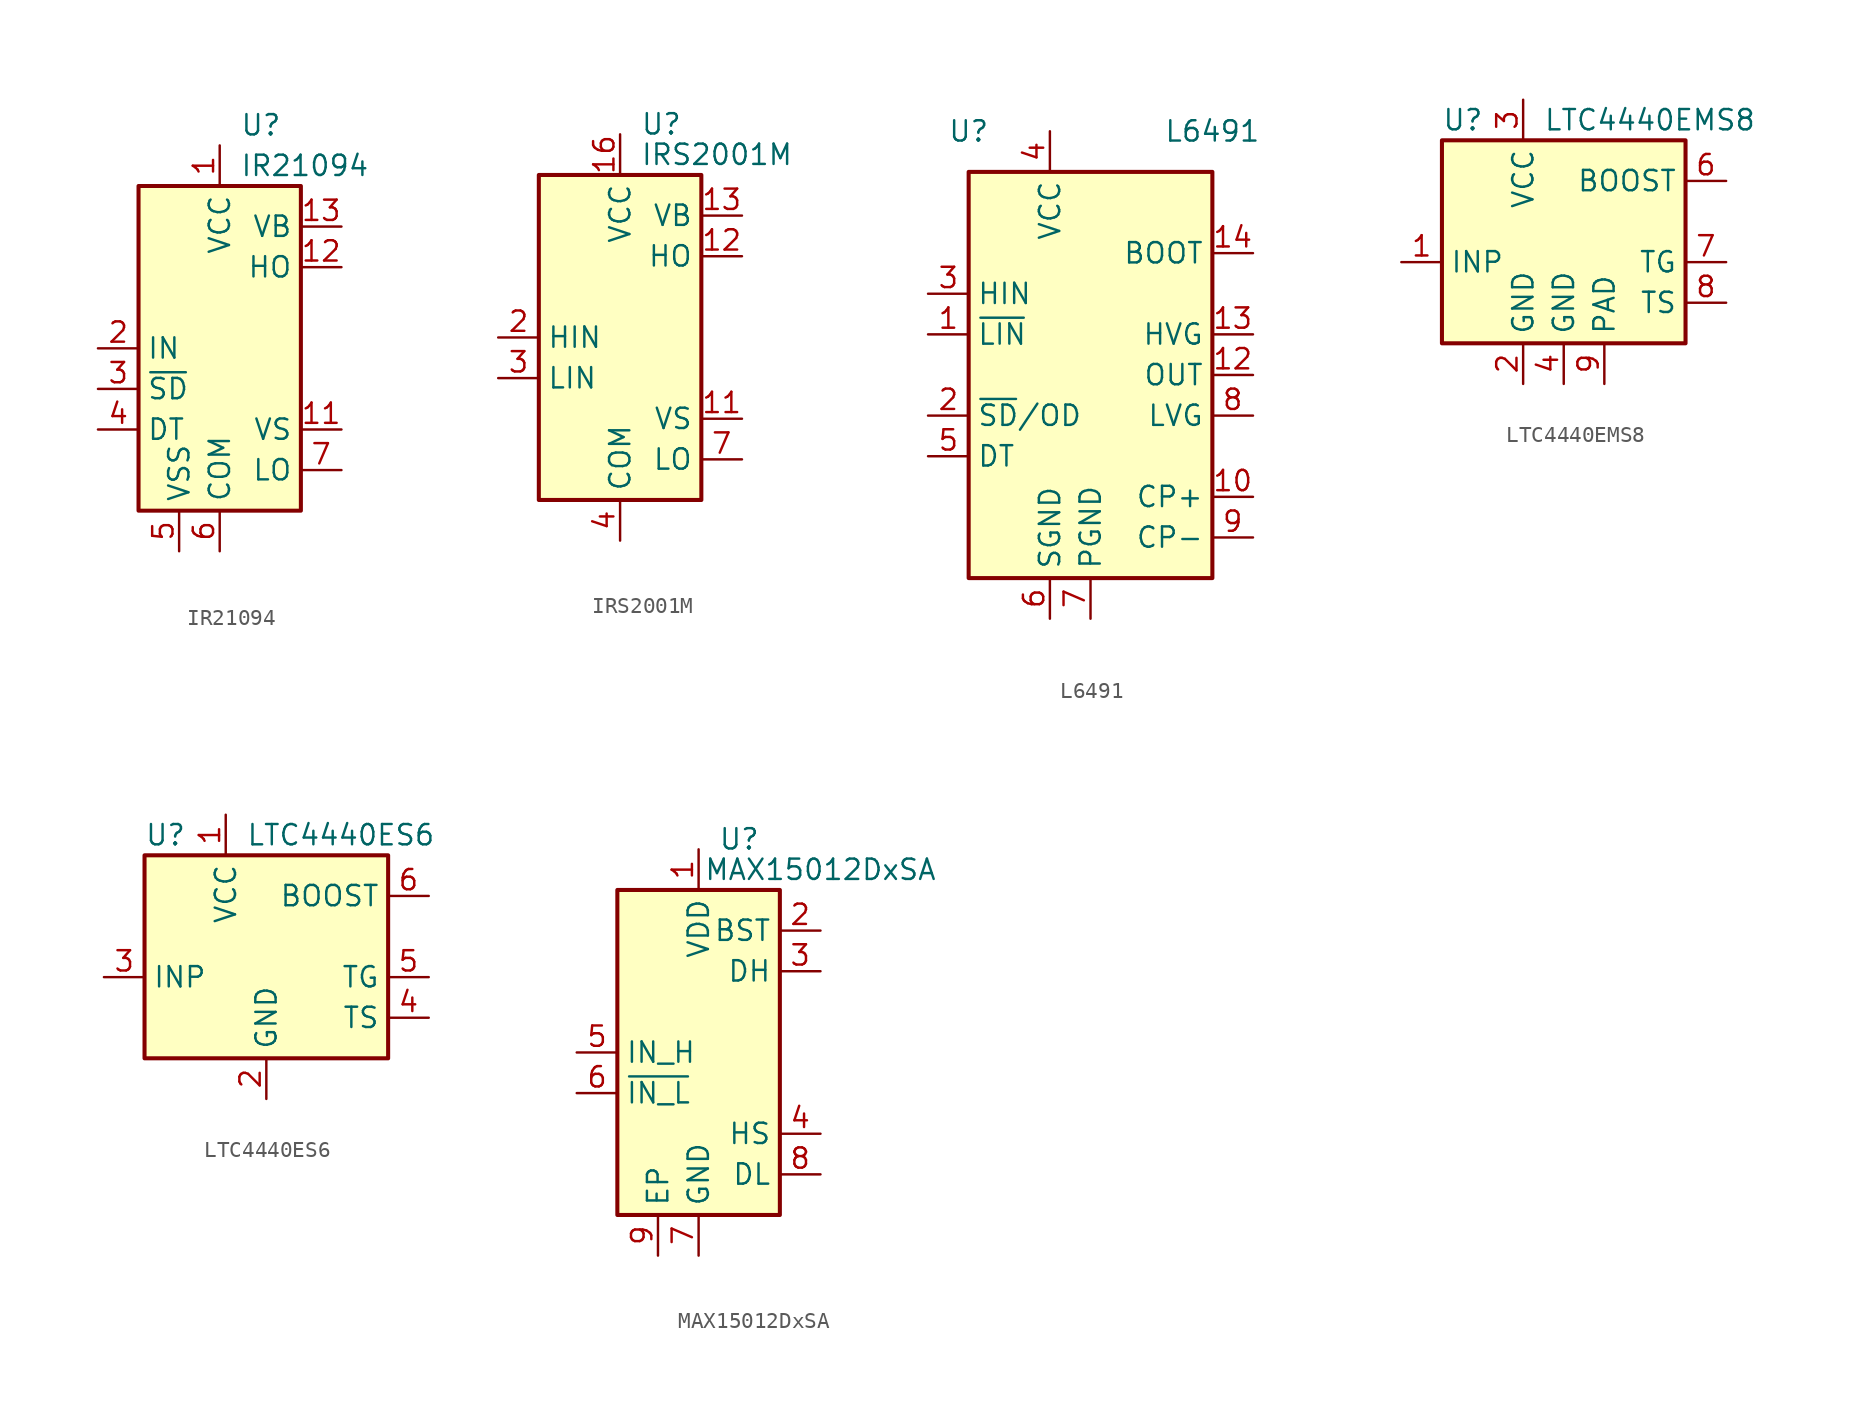
<source format=kicad_sym>
(kicad_symbol_lib
  (version 20220914)
  (generator kicad_symbol_editor)
  (symbol "IR21094"
    (property "Reference" "U"
      (at 1.27 13.97 0)
      (effects (font (size 1.27 1.27)) (justify left)))
    (property "Value" "IR21094"
      (at 1.27 11.43 0)
      (effects (font (size 1.27 1.27)) (justify left)))
    (symbol "IR21094_0_1"
      (rectangle (start -5.08 -10.16) (end 5.08 10.16) (stroke (width 0.254) (type default)) (fill (type background))))
    (symbol "IR21094_1_1"
      (pin power_in line (at 0 12.7 270) (length 2.54) (name "VCC" (effects (font (size 1.27 1.27)))) (number "1" (effects (font (size 1.27 1.27)))))
      (pin no_connect line (at -5.08 2.54 0) (length 2.54) hide (name "NC" (effects (font (size 1.27 1.27)))) (number "10" (effects (font (size 1.27 1.27)))))
      (pin passive line (at 7.62 -5.08 180) (length 2.54) (name "VS" (effects (font (size 1.27 1.27)))) (number "11" (effects (font (size 1.27 1.27)))))
      (pin output line (at 7.62 5.08 180) (length 2.54) (name "HO" (effects (font (size 1.27 1.27)))) (number "12" (effects (font (size 1.27 1.27)))))
      (pin passive line (at 7.62 7.62 180) (length 2.54) (name "VB" (effects (font (size 1.27 1.27)))) (number "13" (effects (font (size 1.27 1.27)))))
      (pin no_connect line (at 5.08 2.54 180) (length 2.54) hide (name "NC" (effects (font (size 1.27 1.27)))) (number "14" (effects (font (size 1.27 1.27)))))
      (pin input line (at -7.62 0 0) (length 2.54) (name "IN" (effects (font (size 1.27 1.27)))) (number "2" (effects (font (size 1.27 1.27)))))
      (pin input line (at -7.62 -2.54 0) (length 2.54) (name "~{SD}" (effects (font (size 1.27 1.27)))) (number "3" (effects (font (size 1.27 1.27)))))
      (pin input line (at -7.62 -5.08 0) (length 2.54) (name "DT" (effects (font (size 1.27 1.27)))) (number "4" (effects (font (size 1.27 1.27)))))
      (pin power_in line (at -2.54 -12.7 90) (length 2.54) (name "VSS" (effects (font (size 1.27 1.27)))) (number "5" (effects (font (size 1.27 1.27)))))
      (pin power_in line (at 0 -12.7 90) (length 2.54) (name "COM" (effects (font (size 1.27 1.27)))) (number "6" (effects (font (size 1.27 1.27)))))
      (pin output line (at 7.62 -7.62 180) (length 2.54) (name "LO" (effects (font (size 1.27 1.27)))) (number "7" (effects (font (size 1.27 1.27)))))
      (pin no_connect line (at -5.08 7.62 0) (length 2.54) hide (name "NC" (effects (font (size 1.27 1.27)))) (number "8" (effects (font (size 1.27 1.27)))))
      (pin no_connect line (at -5.08 5.08 0) (length 2.54) hide (name "NC" (effects (font (size 1.27 1.27)))) (number "9" (effects (font (size 1.27 1.27)))))))
  (symbol "IRS2001M"
    (property "Reference" "U"
      (at 1.27 13.335 0)
      (effects (font (size 1.27 1.27)) (justify left)))
    (property "Value" "IRS2001M"
      (at 1.27 11.43 0)
      (effects (font (size 1.27 1.27)) (justify left)))
    (symbol "IRS2001M_0_1"
      (rectangle (start -5.08 -10.16) (end 5.08 10.16) (stroke (width 0.254) (type default)) (fill (type background))))
    (symbol "IRS2001M_1_1"
      (pin no_connect line (at -5.08 7.62 0) (length 2.54) hide (name "NC" (effects (font (size 1.27 1.27)))) (number "1" (effects (font (size 1.27 1.27)))))
      (pin passive line (at 7.62 -5.08 180) (length 2.54) (name "VS" (effects (font (size 1.27 1.27)))) (number "11" (effects (font (size 1.27 1.27)))))
      (pin output line (at 7.62 5.08 180) (length 2.54) (name "HO" (effects (font (size 1.27 1.27)))) (number "12" (effects (font (size 1.27 1.27)))))
      (pin passive line (at 7.62 7.62 180) (length 2.54) (name "VB" (effects (font (size 1.27 1.27)))) (number "13" (effects (font (size 1.27 1.27)))))
      (pin no_connect line (at 5.08 -2.54 180) (length 2.54) hide (name "NC" (effects (font (size 1.27 1.27)))) (number "14" (effects (font (size 1.27 1.27)))))
      (pin power_in line (at 0 12.7 270) (length 2.54) (name "VCC" (effects (font (size 1.27 1.27)))) (number "16" (effects (font (size 1.27 1.27)))))
      (pin passive line (at 0 -12.7 90) (length 2.54) hide (name "COM" (effects (font (size 1.27 1.27)))) (number "17" (effects (font (size 1.27 1.27)))))
      (pin input line (at -7.62 0 0) (length 2.54) (name "HIN" (effects (font (size 1.27 1.27)))) (number "2" (effects (font (size 1.27 1.27)))))
      (pin input line (at -7.62 -2.54 0) (length 2.54) (name "LIN" (effects (font (size 1.27 1.27)))) (number "3" (effects (font (size 1.27 1.27)))))
      (pin power_in line (at 0 -12.7 90) (length 2.54) (name "COM" (effects (font (size 1.27 1.27)))) (number "4" (effects (font (size 1.27 1.27)))))
      (pin no_connect line (at -5.08 5.08 0) (length 2.54) hide (name "NC" (effects (font (size 1.27 1.27)))) (number "5" (effects (font (size 1.27 1.27)))))
      (pin no_connect line (at -5.08 2.54 0) (length 2.54) hide (name "NC" (effects (font (size 1.27 1.27)))) (number "6" (effects (font (size 1.27 1.27)))))
      (pin output line (at 7.62 -7.62 180) (length 2.54) (name "LO" (effects (font (size 1.27 1.27)))) (number "7" (effects (font (size 1.27 1.27)))))
      (pin no_connect line (at 5.08 2.54 180) (length 2.54) hide (name "NC" (effects (font (size 1.27 1.27)))) (number "8" (effects (font (size 1.27 1.27)))))
      (pin no_connect line (at 5.08 0 180) (length 2.54) hide (name "NC" (effects (font (size 1.27 1.27)))) (number "9" (effects (font (size 1.27 1.27)))))))
  (symbol "L6491"
    (property "Reference" "U"
      (at -7.62 15.24 0)
      (effects (font (size 1.27 1.27))))
    (property "Value" "L6491"
      (at 7.62 15.24 0)
      (effects (font (size 1.27 1.27))))
    (symbol "L6491_0_1"
      (rectangle (start -7.62 -12.7) (end 7.62 12.7) (stroke (width 0.254) (type default)) (fill (type background))))
    (symbol "L6491_1_1"
      (pin input line (at -10.16 2.54 0) (length 2.54) (name "~{LIN}" (effects (font (size 1.27 1.27)))) (number "1" (effects (font (size 1.27 1.27)))))
      (pin input line (at 10.16 -7.62 180) (length 2.54) (name "CP+" (effects (font (size 1.27 1.27)))) (number "10" (effects (font (size 1.27 1.27)))))
      (pin no_connect line (at 7.62 -5.08 180) (length 2.54) hide (name "NC" (effects (font (size 1.27 1.27)))) (number "11" (effects (font (size 1.27 1.27)))))
      (pin input line (at 10.16 0 180) (length 2.54) (name "OUT" (effects (font (size 1.27 1.27)))) (number "12" (effects (font (size 1.27 1.27)))))
      (pin output line (at 10.16 2.54 180) (length 2.54) (name "HVG" (effects (font (size 1.27 1.27)))) (number "13" (effects (font (size 1.27 1.27)))))
      (pin passive line (at 10.16 7.62 180) (length 2.54) (name "BOOT" (effects (font (size 1.27 1.27)))) (number "14" (effects (font (size 1.27 1.27)))))
      (pin input line (at -10.16 -2.54 0) (length 2.54) (name "~{SD}/OD" (effects (font (size 1.27 1.27)))) (number "2" (effects (font (size 1.27 1.27)))))
      (pin input line (at -10.16 5.08 0) (length 2.54) (name "HIN" (effects (font (size 1.27 1.27)))) (number "3" (effects (font (size 1.27 1.27)))))
      (pin power_in line (at -2.54 15.24 270) (length 2.54) (name "VCC" (effects (font (size 1.27 1.27)))) (number "4" (effects (font (size 1.27 1.27)))))
      (pin input line (at -10.16 -5.08 0) (length 2.54) (name "DT" (effects (font (size 1.27 1.27)))) (number "5" (effects (font (size 1.27 1.27)))))
      (pin power_in line (at -2.54 -15.24 90) (length 2.54) (name "SGND" (effects (font (size 1.27 1.27)))) (number "6" (effects (font (size 1.27 1.27)))))
      (pin power_in line (at 0 -15.24 90) (length 2.54) (name "PGND" (effects (font (size 1.27 1.27)))) (number "7" (effects (font (size 1.27 1.27)))))
      (pin output line (at 10.16 -2.54 180) (length 2.54) (name "LVG" (effects (font (size 1.27 1.27)))) (number "8" (effects (font (size 1.27 1.27)))))
      (pin input line (at 10.16 -10.16 180) (length 2.54) (name "CP-" (effects (font (size 1.27 1.27)))) (number "9" (effects (font (size 1.27 1.27)))))))
  (symbol "LTC4440EMS8"
    (property "Reference" "U"
      (at -7.62 8.89 0)
      (effects (font (size 1.27 1.27)) (justify left)))
    (property "Value" "LTC4440EMS8"
      (at -1.27 8.89 0)
      (effects (font (size 1.27 1.27)) (justify left)))
    (symbol "LTC4440EMS8_0_1"
      (rectangle (start -7.62 7.62) (end 7.62 -5.08) (stroke (width 0.254) (type default)) (fill (type background))))
    (symbol "LTC4440EMS8_1_1"
      (pin input line (at -10.16 0 0) (length 2.54) (name "INP" (effects (font (size 1.27 1.27)))) (number "1" (effects (font (size 1.27 1.27)))))
      (pin power_in line (at -2.54 -7.62 90) (length 2.54) (name "GND" (effects (font (size 1.27 1.27)))) (number "2" (effects (font (size 1.27 1.27)))))
      (pin power_in line (at -2.54 10.16 270) (length 2.54) (name "VCC" (effects (font (size 1.27 1.27)))) (number "3" (effects (font (size 1.27 1.27)))))
      (pin power_in line (at 0 -7.62 90) (length 2.54) (name "GND" (effects (font (size 1.27 1.27)))) (number "4" (effects (font (size 1.27 1.27)))))
      (pin no_connect line (at -5.08 -5.08 90) (length 2.54) hide (name "NC" (effects (font (size 1.27 1.27)))) (number "5" (effects (font (size 1.27 1.27)))))
      (pin input line (at 10.16 5.08 180) (length 2.54) (name "BOOST" (effects (font (size 1.27 1.27)))) (number "6" (effects (font (size 1.27 1.27)))))
      (pin output line (at 10.16 0 180) (length 2.54) (name "TG" (effects (font (size 1.27 1.27)))) (number "7" (effects (font (size 1.27 1.27)))))
      (pin input line (at 10.16 -2.54 180) (length 2.54) (name "TS" (effects (font (size 1.27 1.27)))) (number "8" (effects (font (size 1.27 1.27)))))
      (pin power_in line (at 2.54 -7.62 90) (length 2.54) (name "PAD" (effects (font (size 1.27 1.27)))) (number "9" (effects (font (size 1.27 1.27)))))))
  (symbol "LTC4440ES6"
    (property "Reference" "U"
      (at -7.62 8.89 0)
      (effects (font (size 1.27 1.27)) (justify left)))
    (property "Value" "LTC4440ES6"
      (at -1.27 8.89 0)
      (effects (font (size 1.27 1.27)) (justify left)))
    (symbol "LTC4440ES6_0_1"
      (rectangle (start -7.62 7.62) (end 7.62 -5.08) (stroke (width 0.254) (type default)) (fill (type background))))
    (symbol "LTC4440ES6_1_1"
      (pin power_in line (at -2.54 10.16 270) (length 2.54) (name "VCC" (effects (font (size 1.27 1.27)))) (number "1" (effects (font (size 1.27 1.27)))))
      (pin power_in line (at 0 -7.62 90) (length 2.54) (name "GND" (effects (font (size 1.27 1.27)))) (number "2" (effects (font (size 1.27 1.27)))))
      (pin input line (at -10.16 0 0) (length 2.54) (name "INP" (effects (font (size 1.27 1.27)))) (number "3" (effects (font (size 1.27 1.27)))))
      (pin input line (at 10.16 -2.54 180) (length 2.54) (name "TS" (effects (font (size 1.27 1.27)))) (number "4" (effects (font (size 1.27 1.27)))))
      (pin output line (at 10.16 0 180) (length 2.54) (name "TG" (effects (font (size 1.27 1.27)))) (number "5" (effects (font (size 1.27 1.27)))))
      (pin input line (at 10.16 5.08 180) (length 2.54) (name "BOOST" (effects (font (size 1.27 1.27)))) (number "6" (effects (font (size 1.27 1.27)))))))
  (symbol "MAX15012DxSA"
    (property "Reference" "U"
      (at 2.54 13.335 0)
      (effects (font (size 1.27 1.27))))
    (property "Value" "MAX15012DxSA"
      (at 7.62 11.43 0)
      (effects (font (size 1.27 1.27))))
    (symbol "MAX15012DxSA_0_1"
      (rectangle (start -5.08 -10.16) (end 5.08 10.16) (stroke (width 0.254) (type default)) (fill (type background))))
    (symbol "MAX15012DxSA_1_1"
      (pin power_in line (at 0 12.7 270) (length 2.54) (name "VDD" (effects (font (size 1.27 1.27)))) (number "1" (effects (font (size 1.27 1.27)))))
      (pin power_in line (at 7.62 7.62 180) (length 2.54) (name "BST" (effects (font (size 1.27 1.27)))) (number "2" (effects (font (size 1.27 1.27)))))
      (pin output line (at 7.62 5.08 180) (length 2.54) (name "DH" (effects (font (size 1.27 1.27)))) (number "3" (effects (font (size 1.27 1.27)))))
      (pin passive line (at 7.62 -5.08 180) (length 2.54) (name "HS" (effects (font (size 1.27 1.27)))) (number "4" (effects (font (size 1.27 1.27)))))
      (pin input line (at -7.62 0 0) (length 2.54) (name "IN_H" (effects (font (size 1.27 1.27)))) (number "5" (effects (font (size 1.27 1.27)))))
      (pin input line (at -7.62 -2.54 0) (length 2.54) (name "~{IN_L}" (effects (font (size 1.27 1.27)))) (number "6" (effects (font (size 1.27 1.27)))))
      (pin power_in line (at 0 -12.7 90) (length 2.54) (name "GND" (effects (font (size 1.27 1.27)))) (number "7" (effects (font (size 1.27 1.27)))))
      (pin output line (at 7.62 -7.62 180) (length 2.54) (name "DL" (effects (font (size 1.27 1.27)))) (number "8" (effects (font (size 1.27 1.27)))))
      (pin output line (at -2.54 -12.7 90) (length 2.54) (name "EP" (effects (font (size 1.27 1.27)))) (number "9" (effects (font (size 1.27 1.27))))))))
</source>
